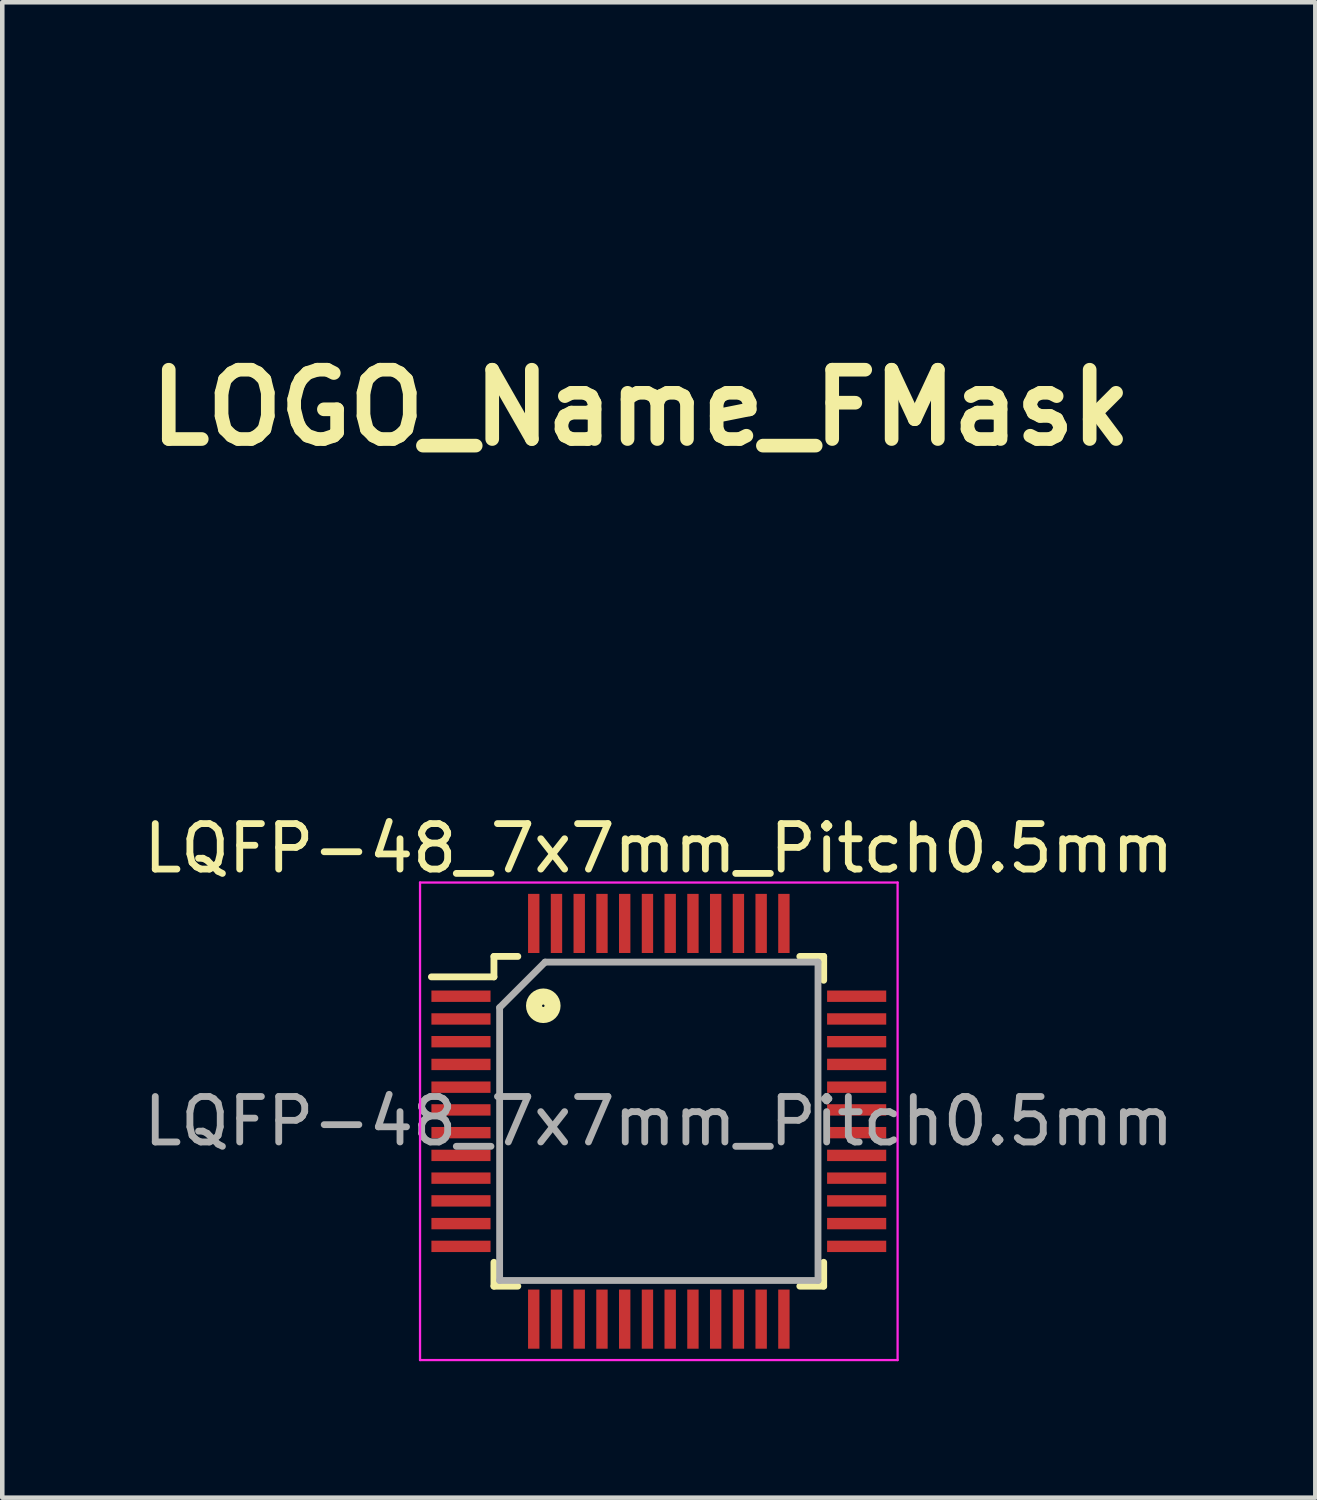
<source format=kicad_pcb>
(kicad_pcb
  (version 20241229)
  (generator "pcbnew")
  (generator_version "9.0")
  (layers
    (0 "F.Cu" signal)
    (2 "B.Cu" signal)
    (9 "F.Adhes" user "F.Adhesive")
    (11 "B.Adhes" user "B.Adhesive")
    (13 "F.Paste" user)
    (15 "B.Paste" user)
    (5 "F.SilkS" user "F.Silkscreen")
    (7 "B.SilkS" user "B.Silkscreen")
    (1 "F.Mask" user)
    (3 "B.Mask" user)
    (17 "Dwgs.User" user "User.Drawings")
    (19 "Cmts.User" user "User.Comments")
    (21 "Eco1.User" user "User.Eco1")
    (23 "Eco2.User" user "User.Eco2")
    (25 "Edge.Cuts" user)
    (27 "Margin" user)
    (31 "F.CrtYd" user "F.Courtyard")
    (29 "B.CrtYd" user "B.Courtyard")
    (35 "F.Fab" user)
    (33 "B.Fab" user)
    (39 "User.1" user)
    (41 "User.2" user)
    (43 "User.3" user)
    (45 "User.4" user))
  (footprint "LQFP-48_7x7mm_Pitch0.5mm"
    (layer "F.Cu")
    (at 11.435 21.603)
    (property "Reference" "LQFP-48_7x7mm_Pitch0.5mm" (at 0 -6 0) (layer "F.SilkS") (effects (font (size 1 1) (thickness 0.15))))
    (attr smd)
    (fp_line (start -3.625 -3.625) (end -3.625 -3.175) (stroke (width 0.15) (type solid)) (layer "F.SilkS"))
    (fp_line (start -3.625 -3.625) (end -3.1 -3.625) (stroke (width 0.15) (type solid)) (layer "F.SilkS"))
    (fp_line (start -3.625 -3.175) (end -5 -3.175) (stroke (width 0.15) (type solid)) (layer "F.SilkS"))
    (fp_line (start -3.625 3.625) (end -3.625 3.1) (stroke (width 0.15) (type solid)) (layer "F.SilkS"))
    (fp_line (start -3.625 3.625) (end -3.1 3.625) (stroke (width 0.15) (type solid)) (layer "F.SilkS"))
    (fp_line (start 3.625 -3.625) (end 3.1 -3.625) (stroke (width 0.15) (type solid)) (layer "F.SilkS"))
    (fp_line (start 3.625 -3.625) (end 3.625 -3.1) (stroke (width 0.15) (type solid)) (layer "F.SilkS"))
    (fp_line (start 3.625 3.625) (end 3.1 3.625) (stroke (width 0.15) (type solid)) (layer "F.SilkS"))
    (fp_line (start 3.625 3.625) (end 3.625 3.1) (stroke (width 0.15) (type solid)) (layer "F.SilkS"))
    (fp_circle (center -2.54 -2.54) (end -2.438 -2.54) (stroke (width 0.15) (type solid)) (fill no) (layer "F.SilkS"))
    (fp_circle (center -2.54 -2.54) (end -2.337 -2.54) (stroke (width 0.15) (type solid)) (fill no) (layer "F.SilkS"))
    (fp_circle (center -2.54 -2.54) (end -2.235 -2.54) (stroke (width 0.15) (type solid)) (fill no) (layer "F.SilkS"))
    (fp_line (start -5.25 -5.25) (end -5.25 5.25) (stroke (width 0.05) (type solid)) (layer "F.CrtYd"))
    (fp_line (start -5.25 -5.25) (end 5.25 -5.25) (stroke (width 0.05) (type solid)) (layer "F.CrtYd"))
    (fp_line (start -5.25 5.25) (end 5.25 5.25) (stroke (width 0.05) (type solid)) (layer "F.CrtYd"))
    (fp_line (start 5.25 -5.25) (end 5.25 5.25) (stroke (width 0.05) (type solid)) (layer "F.CrtYd"))
    (fp_line (start -3.5 -2.5) (end -2.5 -3.5) (stroke (width 0.15) (type solid)) (layer "F.Fab"))
    (fp_line (start -3.5 3.5) (end -3.5 -2.5) (stroke (width 0.15) (type solid)) (layer "F.Fab"))
    (fp_line (start -2.5 -3.5) (end 3.5 -3.5) (stroke (width 0.15) (type solid)) (layer "F.Fab"))
    (fp_line (start 3.5 -3.5) (end 3.5 3.5) (stroke (width 0.15) (type solid)) (layer "F.Fab"))
    (fp_line (start 3.5 3.5) (end -3.5 3.5) (stroke (width 0.15) (type solid)) (layer "F.Fab"))
    (fp_text user "${REFERENCE}" (at 0 0 0) (layer "F.Fab") (effects (font (size 1 1) (thickness 0.15))))
    (pad "1" smd rect (at -4.35 -2.75) (size 1.3 0.25) (layers "F.Cu" "F.Mask" "F.Paste"))
    (pad "2" smd rect (at -4.35 -2.25) (size 1.3 0.25) (layers "F.Cu" "F.Mask" "F.Paste"))
    (pad "3" smd rect (at -4.35 -1.75) (size 1.3 0.25) (layers "F.Cu" "F.Mask" "F.Paste"))
    (pad "4" smd rect (at -4.35 -1.25) (size 1.3 0.25) (layers "F.Cu" "F.Mask" "F.Paste"))
    (pad "5" smd rect (at -4.35 -0.75) (size 1.3 0.25) (layers "F.Cu" "F.Mask" "F.Paste"))
    (pad "6" smd rect (at -4.35 -0.25) (size 1.3 0.25) (layers "F.Cu" "F.Mask" "F.Paste"))
    (pad "7" smd rect (at -4.35 0.25) (size 1.3 0.25) (layers "F.Cu" "F.Mask" "F.Paste"))
    (pad "8" smd rect (at -4.35 0.75) (size 1.3 0.25) (layers "F.Cu" "F.Mask" "F.Paste"))
    (pad "9" smd rect (at -4.35 1.25) (size 1.3 0.25) (layers "F.Cu" "F.Mask" "F.Paste"))
    (pad "10" smd rect (at -4.35 1.75) (size 1.3 0.25) (layers "F.Cu" "F.Mask" "F.Paste"))
    (pad "11" smd rect (at -4.35 2.25) (size 1.3 0.25) (layers "F.Cu" "F.Mask" "F.Paste"))
    (pad "12" smd rect (at -4.35 2.75) (size 1.3 0.25) (layers "F.Cu" "F.Mask" "F.Paste"))
    (pad "13" smd rect (at -2.75 4.35 90) (size 1.3 0.25) (layers "F.Cu" "F.Mask" "F.Paste"))
    (pad "14" smd rect (at -2.25 4.35 90) (size 1.3 0.25) (layers "F.Cu" "F.Mask" "F.Paste"))
    (pad "15" smd rect (at -1.75 4.35 90) (size 1.3 0.25) (layers "F.Cu" "F.Mask" "F.Paste"))
    (pad "16" smd rect (at -1.25 4.35 90) (size 1.3 0.25) (layers "F.Cu" "F.Mask" "F.Paste"))
    (pad "17" smd rect (at -0.75 4.35 90) (size 1.3 0.25) (layers "F.Cu" "F.Mask" "F.Paste"))
    (pad "18" smd rect (at -0.25 4.35 90) (size 1.3 0.25) (layers "F.Cu" "F.Mask" "F.Paste"))
    (pad "19" smd rect (at 0.25 4.35 90) (size 1.3 0.25) (layers "F.Cu" "F.Mask" "F.Paste"))
    (pad "20" smd rect (at 0.75 4.35 90) (size 1.3 0.25) (layers "F.Cu" "F.Mask" "F.Paste"))
    (pad "21" smd rect (at 1.25 4.35 90) (size 1.3 0.25) (layers "F.Cu" "F.Mask" "F.Paste"))
    (pad "22" smd rect (at 1.75 4.35 90) (size 1.3 0.25) (layers "F.Cu" "F.Mask" "F.Paste"))
    (pad "23" smd rect (at 2.25 4.35 90) (size 1.3 0.25) (layers "F.Cu" "F.Mask" "F.Paste"))
    (pad "24" smd rect (at 2.75 4.35 90) (size 1.3 0.25) (layers "F.Cu" "F.Mask" "F.Paste"))
    (pad "25" smd rect (at 4.35 2.75) (size 1.3 0.25) (layers "F.Cu" "F.Mask" "F.Paste"))
    (pad "26" smd rect (at 4.35 2.25) (size 1.3 0.25) (layers "F.Cu" "F.Mask" "F.Paste"))
    (pad "27" smd rect (at 4.35 1.75) (size 1.3 0.25) (layers "F.Cu" "F.Mask" "F.Paste"))
    (pad "28" smd rect (at 4.35 1.25) (size 1.3 0.25) (layers "F.Cu" "F.Mask" "F.Paste"))
    (pad "29" smd rect (at 4.35 0.75) (size 1.3 0.25) (layers "F.Cu" "F.Mask" "F.Paste"))
    (pad "30" smd rect (at 4.35 0.25) (size 1.3 0.25) (layers "F.Cu" "F.Mask" "F.Paste"))
    (pad "31" smd rect (at 4.35 -0.25) (size 1.3 0.25) (layers "F.Cu" "F.Mask" "F.Paste"))
    (pad "32" smd rect (at 4.35 -0.75) (size 1.3 0.25) (layers "F.Cu" "F.Mask" "F.Paste"))
    (pad "33" smd rect (at 4.35 -1.25) (size 1.3 0.25) (layers "F.Cu" "F.Mask" "F.Paste"))
    (pad "34" smd rect (at 4.35 -1.75) (size 1.3 0.25) (layers "F.Cu" "F.Mask" "F.Paste"))
    (pad "35" smd rect (at 4.35 -2.25) (size 1.3 0.25) (layers "F.Cu" "F.Mask" "F.Paste"))
    (pad "36" smd rect (at 4.35 -2.75) (size 1.3 0.25) (layers "F.Cu" "F.Mask" "F.Paste"))
    (pad "37" smd rect (at 2.75 -4.35 90) (size 1.3 0.25) (layers "F.Cu" "F.Mask" "F.Paste"))
    (pad "38" smd rect (at 2.25 -4.35 90) (size 1.3 0.25) (layers "F.Cu" "F.Mask" "F.Paste"))
    (pad "39" smd rect (at 1.75 -4.35 90) (size 1.3 0.25) (layers "F.Cu" "F.Mask" "F.Paste"))
    (pad "40" smd rect (at 1.25 -4.35 90) (size 1.3 0.25) (layers "F.Cu" "F.Mask" "F.Paste"))
    (pad "41" smd rect (at 0.75 -4.35 90) (size 1.3 0.25) (layers "F.Cu" "F.Mask" "F.Paste"))
    (pad "42" smd rect (at 0.25 -4.35 90) (size 1.3 0.25) (layers "F.Cu" "F.Mask" "F.Paste"))
    (pad "43" smd rect (at -0.25 -4.35 90) (size 1.3 0.25) (layers "F.Cu" "F.Mask" "F.Paste"))
    (pad "44" smd rect (at -0.75 -4.35 90) (size 1.3 0.25) (layers "F.Cu" "F.Mask" "F.Paste"))
    (pad "45" smd rect (at -1.25 -4.35 90) (size 1.3 0.25) (layers "F.Cu" "F.Mask" "F.Paste"))
    (pad "46" smd rect (at -1.75 -4.35 90) (size 1.3 0.25) (layers "F.Cu" "F.Mask" "F.Paste"))
    (pad "47" smd rect (at -2.25 -4.35 90) (size 1.3 0.25) (layers "F.Cu" "F.Mask" "F.Paste"))
    (pad "48" smd rect (at -2.75 -4.35 90) (size 1.3 0.25) (layers "F.Cu" "F.Mask" "F.Paste")))
  (footprint "LOGO_Name_FMask"
    (layer "F.Cu")
    (at 11.038 5.913)
    (property "Reference" "LOGO_Name_FMask" (at 0 0 0) (layer "F.SilkS") (effects (font (size 1.524 1.524) (thickness 0.3))))
    (attr through_hole)
    (fp_poly (pts (xy 3.304 -0.923) (xy 3.445 -0.744) (xy 3.441 -0.515) (xy 3.36 -0.394) (xy 3.15 -0.239) (xy 2.979 -0.277) (xy 2.876 -0.381) (xy 2.775 -0.629) (xy 2.844 -0.853) (xy 3.058 -0.973) (xy 3.058 -0.973) (xy 3.304 -0.923)) (stroke (width 0.01) (type solid)) (fill yes) (layer "F.Mask"))
    (fp_poly (pts (xy 5.07 -0.592) (xy 5.212 -0.413) (xy 5.208 -0.184) (xy 5.127 -0.063) (xy 4.917 0.092) (xy 4.746 0.055) (xy 4.643 -0.05) (xy 4.542 -0.298) (xy 4.611 -0.522) (xy 4.825 -0.642) (xy 4.825 -0.642) (xy 5.07 -0.592)) (stroke (width 0.01) (type solid)) (fill yes) (layer "F.Mask"))
    (fp_poly (pts (xy -4.139 -5.885) (xy -4.043 -5.778) (xy -3.983 -5.531) (xy -3.958 -5.356) (xy -3.921 -4.972) (xy -3.892 -4.467) (xy -3.876 -3.944) (xy -3.875 -3.878) (xy -3.865 -2.952) (xy -2.759 -3.005) (xy -2.175 -3.023) (xy -1.777 -3.007) (xy -1.534 -2.955) (xy -1.462 -2.916) (xy -1.34 -2.734) (xy -1.403 -2.55) (xy -1.618 -2.406) (xy -1.889 -2.347) (xy -2.592 -2.297) (xy -3.105 -2.256) (xy -3.458 -2.217) (xy -3.68 -2.174) (xy -3.803 -2.119) (xy -3.854 -2.044) (xy -3.865 -1.943) (xy -3.865 -1.868) (xy -3.852 -1.676) (xy -3.773 -1.581) (xy -3.572 -1.549) (xy -3.327 -1.546) (xy -2.893 -1.499) (xy -2.641 -1.363) (xy -2.582 -1.145) (xy -2.605 -1.063) (xy -2.725 -0.944) (xy -2.992 -0.89) (xy -3.208 -0.883) (xy -3.582 -0.864) (xy -3.776 -0.781) (xy -3.829 -0.598) (xy -3.793 -0.33) (xy -3.736 -0.11) (xy -3.636 -0.018) (xy -3.424 -0.017) (xy -3.252 -0.039) (xy -2.866 -0.039) (xy -2.625 0.074) (xy -2.554 0.28) (xy -2.58 0.388) (xy -2.65 0.51) (xy -2.782 0.592) (xy -3.032 0.659) (xy -3.355 0.717) (xy -3.784 0.789) (xy -3.705 3.093) (xy -3.684 3.797) (xy -3.672 4.436) (xy -3.67 4.975) (xy -3.676 5.375) (xy -3.692 5.6) (xy -3.697 5.625) (xy -3.845 5.811) (xy -4.062 5.837) (xy -4.264 5.7) (xy -4.303 5.639) (xy -4.346 5.451) (xy -4.382 5.092) (xy -4.407 4.612) (xy -4.417 4.06) (xy -4.417 4) (xy -4.423 3.361) (xy -4.44 2.708) (xy -4.464 2.123) (xy -4.489 1.724) (xy -4.561 0.875) (xy -5.043 0.9) (xy -5.367 0.889) (xy -5.603 0.831) (xy -5.648 0.801) (xy -5.728 0.606) (xy -5.63 0.409) (xy -5.391 0.241) (xy -5.052 0.133) (xy -4.797 0.11) (xy -4.625 0.086) (xy -4.548 -0.027) (xy -4.528 -0.291) (xy -4.528 -0.346) (xy -4.528 -0.803) (xy -5.014 -0.736) (xy -5.367 -0.715) (xy -5.577 -0.779) (xy -5.643 -0.841) (xy -5.724 -1.062) (xy -5.601 -1.259) (xy -5.291 -1.413) (xy -5.041 -1.475) (xy -4.729 -1.545) (xy -4.578 -1.635) (xy -4.531 -1.792) (xy -4.528 -1.905) (xy -4.528 -2.239) (xy -5.273 -2.163) (xy -5.74 -2.113) (xy -6.193 -2.06) (xy -6.471 -2.024) (xy -6.831 -2.029) (xy -7.017 -2.16) (xy -7.023 -2.411) (xy -7.001 -2.476) (xy -6.918 -2.602) (xy -6.758 -2.692) (xy -6.482 -2.757) (xy -6.052 -2.807) (xy -5.608 -2.84) (xy -4.644 -2.904) (xy -4.614 -4.406) (xy -4.583 -5.908) (xy -4.307 -5.908) (xy -4.139 -5.885)) (stroke (width 0.01) (type solid)) (fill yes) (layer "F.Mask"))
    (fp_poly (pts (xy 4.249 -5.028) (xy 4.48 -4.842) (xy 4.702 -4.594) (xy 5.109 -4.108) (xy 5.691 -4.308) (xy 6.094 -4.417) (xy 6.389 -4.402) (xy 6.612 -4.238) (xy 6.801 -3.902) (xy 6.959 -3.475) (xy 7.1 -2.982) (xy 7.132 -2.659) (xy 7.054 -2.483) (xy 6.864 -2.43) (xy 6.664 -2.476) (xy 6.509 -2.644) (xy 6.372 -2.972) (xy 6.306 -3.186) (xy 6.208 -3.48) (xy 6.108 -3.603) (xy 5.964 -3.603) (xy 5.928 -3.593) (xy 5.661 -3.53) (xy 5.309 -3.47) (xy 5.237 -3.459) (xy 4.97 -3.438) (xy 4.779 -3.485) (xy 4.59 -3.638) (xy 4.373 -3.881) (xy 3.96 -4.362) (xy 3.719 -4.032) (xy 3.256 -3.442) (xy 2.848 -3.035) (xy 2.461 -2.787) (xy 2.063 -2.677) (xy 1.666 -2.68) (xy 1.314 -2.73) (xy 1.033 -2.792) (xy 0.966 -2.815) (xy 0.823 -2.832) (xy 0.775 -2.687) (xy 0.773 -2.609) (xy 0.796 -2.385) (xy 0.854 -2.051) (xy 0.93 -1.693) (xy 1.005 -1.391) (xy 1.059 -1.237) (xy 1.14 -1.293) (xy 1.337 -1.47) (xy 1.61 -1.735) (xy 1.672 -1.797) (xy 2.239 -2.274) (xy 2.835 -2.577) (xy 3.52 -2.73) (xy 4.109 -2.761) (xy 4.823 -2.704) (xy 5.388 -2.516) (xy 5.84 -2.175) (xy 6.211 -1.655) (xy 6.465 -1.115) (xy 6.651 -0.59) (xy 6.71 -0.23) (xy 6.641 -0.02) (xy 6.444 0.055) (xy 6.416 0.055) (xy 6.264 0.025) (xy 6.134 -0.095) (xy 5.996 -0.345) (xy 5.845 -0.699) (xy 5.668 -1.103) (xy 5.492 -1.446) (xy 5.356 -1.657) (xy 5.352 -1.662) (xy 4.99 -1.911) (xy 4.494 -2.048) (xy 3.923 -2.072) (xy 3.332 -1.98) (xy 2.781 -1.771) (xy 2.738 -1.747) (xy 2.219 -1.338) (xy 1.808 -0.756) (xy 1.515 -0.027) (xy 1.354 0.822) (xy 1.325 1.404) (xy 1.325 2.098) (xy 2.23 2.098) (xy 2.819 2.112) (xy 3.493 2.15) (xy 4.198 2.206) (xy 4.878 2.275) (xy 5.479 2.352) (xy 5.945 2.432) (xy 6.125 2.475) (xy 6.466 2.637) (xy 6.615 2.885) (xy 6.581 3.241) (xy 6.511 3.436) (xy 6.308 3.754) (xy 5.972 4.119) (xy 5.565 4.475) (xy 5.15 4.769) (xy 4.79 4.944) (xy 4.779 4.948) (xy 4.224 5.055) (xy 3.588 5.085) (xy 2.95 5.044) (xy 2.392 4.934) (xy 2.098 4.822) (xy 1.634 4.485) (xy 1.241 4.025) (xy 2.384 4.025) (xy 2.461 4.154) (xy 2.516 4.19) (xy 2.755 4.294) (xy 2.851 4.237) (xy 2.85 4.229) (xy 3.925 4.229) (xy 3.992 4.299) (xy 4.125 4.307) (xy 4.353 4.281) (xy 4.448 4.24) (xy 4.447 4.112) (xy 4.359 3.923) (xy 4.24 3.778) (xy 4.188 3.755) (xy 4.099 3.843) (xy 3.996 4.031) (xy 3.925 4.229) (xy 2.85 4.229) (xy 2.83 4.058) (xy 2.776 3.802) (xy 2.762 3.672) (xy 2.713 3.541) (xy 2.599 3.583) (xy 2.464 3.78) (xy 2.451 3.807) (xy 2.384 4.025) (xy 1.241 4.025) (xy 1.21 3.989) (xy 0.876 3.4) (xy 0.747 3.054) (xy 0.734 2.982) (xy 1.767 2.982) (xy 1.789 3.157) (xy 1.872 3.14) (xy 1.899 3.114) (xy 1.975 2.964) (xy 1.949 2.924) (xy 3.391 2.924) (xy 3.391 3.092) (xy 3.454 3.271) (xy 3.488 3.313) (xy 3.563 3.229) (xy 3.644 3.092) (xy 4.859 3.092) (xy 4.9 3.183) (xy 4.933 3.166) (xy 4.946 3.035) (xy 4.933 3.019) (xy 4.867 3.034) (xy 4.859 3.092) (xy 3.644 3.092) (xy 3.705 2.924) (xy 3.605 2.873) (xy 3.548 2.871) (xy 3.391 2.924) (xy 1.949 2.924) (xy 1.899 2.849) (xy 1.801 2.795) (xy 1.768 2.929) (xy 1.767 2.982) (xy 0.734 2.982) (xy 0.684 2.718) (xy 0.643 2.238) (xy 0.624 1.677) (xy 0.627 1.096) (xy 0.652 0.555) (xy 0.698 0.116) (xy 0.76 -0.151) (xy 0.834 -0.363) (xy 0.802 -0.421) (xy 0.692 -0.387) (xy 0.45 -0.301) (xy 0.138 -0.204) (xy 0.132 -0.202) (xy -0.133 -0.089) (xy -0.287 0.046) (xy -0.293 0.058) (xy -0.291 0.238) (xy -0.229 0.554) (xy -0.128 0.907) (xy 0.048 1.48) (xy 0.148 1.883) (xy 0.178 2.153) (xy 0.142 2.326) (xy 0.062 2.424) (xy -0.171 2.509) (xy -0.391 2.436) (xy -0.487 2.294) (xy -0.534 2.131) (xy -0.627 1.812) (xy -0.749 1.391) (xy -0.817 1.16) (xy -0.945 0.701) (xy -1.043 0.307) (xy -1.099 0.037) (xy -1.106 -0.033) (xy -1.005 -0.299) (xy -0.745 -0.567) (xy -0.38 -0.787) (xy -0.123 -0.88) (xy 0.156 -0.976) (xy 0.316 -1.071) (xy 0.331 -1.1) (xy 0.306 -1.251) (xy 0.239 -1.547) (xy 0.158 -1.873) (xy 0.05 -2.528) (xy 0.1 -3.031) (xy 0.303 -3.379) (xy 0.432 -3.467) (xy 0.63 -3.507) (xy 0.949 -3.506) (xy 1.351 -3.476) (xy 2.225 -3.399) (xy 2.631 -3.87) (xy 3.11 -4.413) (xy 3.483 -4.79) (xy 3.779 -5.011) (xy 4.025 -5.087) (xy 4.249 -5.028)) (stroke (width 0.01) (type solid)) (fill yes) (layer "F.Mask")))
  (gr_rect
    (start -3 -3)
    (end 25.869 29.878)
    (stroke (width 0.1) (type default))
    (fill no)
    (layer "Edge.Cuts")))
</source>
